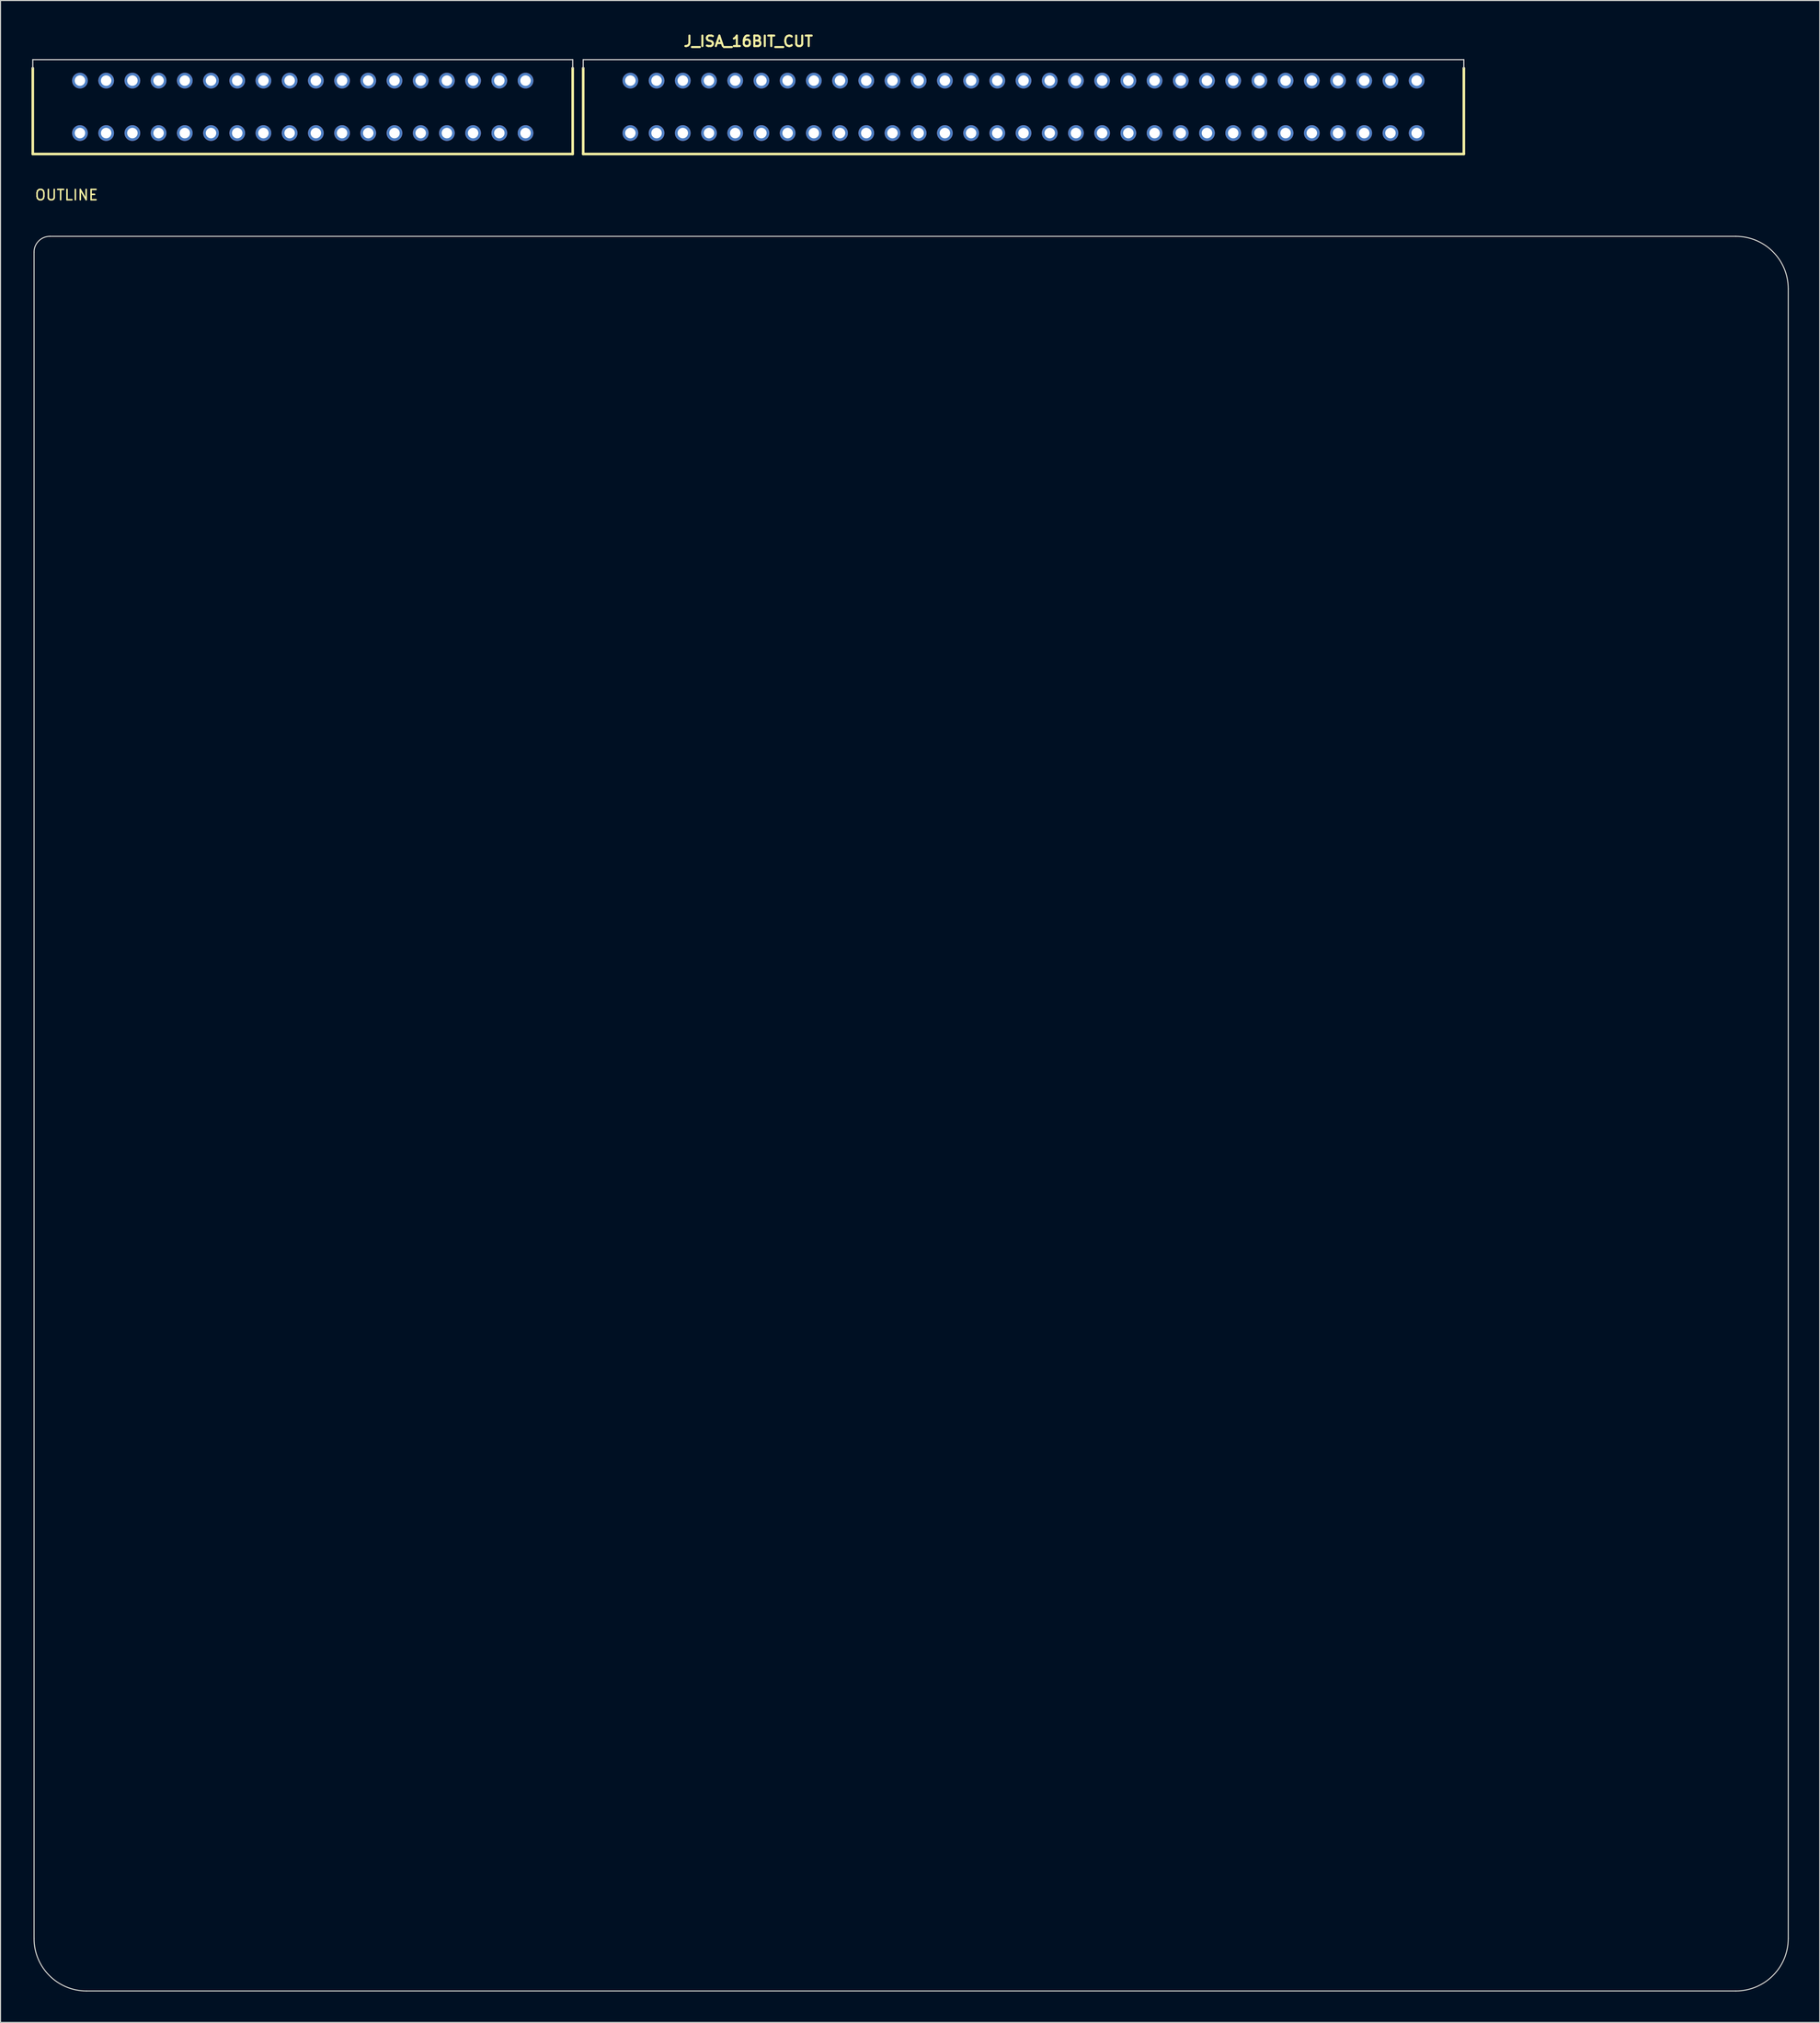
<source format=kicad_pcb>
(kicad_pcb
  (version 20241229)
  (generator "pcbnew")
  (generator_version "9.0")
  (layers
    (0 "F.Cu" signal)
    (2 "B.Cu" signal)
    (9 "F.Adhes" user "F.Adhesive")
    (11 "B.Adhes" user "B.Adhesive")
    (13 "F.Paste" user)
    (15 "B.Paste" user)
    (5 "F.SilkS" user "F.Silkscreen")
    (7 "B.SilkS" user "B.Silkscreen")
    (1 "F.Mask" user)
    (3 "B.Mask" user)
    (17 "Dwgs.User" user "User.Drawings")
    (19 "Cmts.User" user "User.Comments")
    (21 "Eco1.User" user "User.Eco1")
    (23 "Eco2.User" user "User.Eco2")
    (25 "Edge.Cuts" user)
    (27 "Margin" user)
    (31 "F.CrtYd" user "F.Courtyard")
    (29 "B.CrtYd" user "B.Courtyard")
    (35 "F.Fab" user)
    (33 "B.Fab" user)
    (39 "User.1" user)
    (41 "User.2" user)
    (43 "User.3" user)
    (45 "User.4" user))
  (footprint "J_ISA_16BIT_CUT"
    (layer "F.Cu")
    (at 69.469 7.301)
    (property "Reference" "J_ISA_16BIT_CUT" (at 0 -6.35 0) (layer "F.SilkS") (effects (font (size 1.016 1.016) (thickness 0.203))))
    (property "Value" "${VALUE}" (at 0 7 0) (layer "F.SilkS") (hide yes) (effects (font (size 1.016 0.914) (thickness 0.203) (italic yes))))
    (attr through_hole)
    (fp_line (start -69.342 -3.75) (end -69.342 4.572) (stroke (width 0.254) (type solid)) (layer "F.SilkS"))
    (fp_line (start -17.018 -3.75) (end -17.018 4.572) (stroke (width 0.254) (type solid)) (layer "F.SilkS"))
    (fp_line (start -17.018 4.572) (end -69.342 4.572) (stroke (width 0.254) (type solid)) (layer "F.SilkS"))
    (fp_line (start -16.002 4.572) (end -16.002 -3.75) (stroke (width 0.254) (type solid)) (layer "F.SilkS"))
    (fp_line (start 69.342 -3.75) (end 69.342 4.572) (stroke (width 0.254) (type solid)) (layer "F.SilkS"))
    (fp_line (start 69.342 4.572) (end -16.002 4.572) (stroke (width 0.254) (type solid)) (layer "F.SilkS"))
    (fp_line (start -69.342 -4.572) (end -17.018 -4.572) (stroke (width 0.12) (type default)) (layer "Dwgs.User"))
    (fp_line (start -69.342 -3.75) (end -69.342 -4.572) (stroke (width 0.12) (type default)) (layer "Dwgs.User"))
    (fp_line (start -17.018 -4.572) (end -17.018 -3.75) (stroke (width 0.12) (type default)) (layer "Dwgs.User"))
    (fp_line (start -16.002 -4.572) (end 69.342 -4.572) (stroke (width 0.12) (type default)) (layer "Dwgs.User"))
    (fp_line (start -16.002 -3.75) (end -16.002 -4.572) (stroke (width 0.12) (type default)) (layer "Dwgs.User"))
    (fp_line (start 69.342 -4.572) (end 69.342 -3.75) (stroke (width 0.12) (type default)) (layer "Dwgs.User"))
    (pad "A1" thru_hole circle (at 64.77 2.54 180) (size 1.524 1.524) (drill 1.016) (layers "*.Cu" "*.Mask"))
    (pad "A2" thru_hole circle (at 62.23 2.54 180) (size 1.524 1.524) (drill 1.016) (layers "*.Cu" "*.Mask"))
    (pad "A3" thru_hole circle (at 59.69 2.54 180) (size 1.524 1.524) (drill 1.016) (layers "*.Cu" "*.Mask"))
    (pad "A4" thru_hole circle (at 57.15 2.54 180) (size 1.524 1.524) (drill 1.016) (layers "*.Cu" "*.Mask"))
    (pad "A5" thru_hole circle (at 54.61 2.54 180) (size 1.524 1.524) (drill 1.016) (layers "*.Cu" "*.Mask"))
    (pad "A6" thru_hole circle (at 52.07 2.54 180) (size 1.524 1.524) (drill 1.016) (layers "*.Cu" "*.Mask"))
    (pad "A7" thru_hole circle (at 49.53 2.54 180) (size 1.524 1.524) (drill 1.016) (layers "*.Cu" "*.Mask"))
    (pad "A8" thru_hole circle (at 46.99 2.54 180) (size 1.524 1.524) (drill 1.016) (layers "*.Cu" "*.Mask"))
    (pad "A9" thru_hole circle (at 44.45 2.54 180) (size 1.524 1.524) (drill 1.016) (layers "*.Cu" "*.Mask"))
    (pad "A10" thru_hole circle (at 41.91 2.54 180) (size 1.524 1.524) (drill 1.016) (layers "*.Cu" "*.Mask"))
    (pad "A11" thru_hole circle (at 39.37 2.54 180) (size 1.524 1.524) (drill 1.016) (layers "*.Cu" "*.Mask"))
    (pad "A12" thru_hole circle (at 36.83 2.54 180) (size 1.524 1.524) (drill 1.016) (layers "*.Cu" "*.Mask"))
    (pad "A13" thru_hole circle (at 34.29 2.54 180) (size 1.524 1.524) (drill 1.016) (layers "*.Cu" "*.Mask"))
    (pad "A14" thru_hole circle (at 31.75 2.54 180) (size 1.524 1.524) (drill 1.016) (layers "*.Cu" "*.Mask"))
    (pad "A15" thru_hole circle (at 29.21 2.54 180) (size 1.524 1.524) (drill 1.016) (layers "*.Cu" "*.Mask"))
    (pad "A16" thru_hole circle (at 26.67 2.54 180) (size 1.524 1.524) (drill 1.016) (layers "*.Cu" "*.Mask"))
    (pad "A17" thru_hole circle (at 24.13 2.54 180) (size 1.524 1.524) (drill 1.016) (layers "*.Cu" "*.Mask"))
    (pad "A18" thru_hole circle (at 21.59 2.54 180) (size 1.524 1.524) (drill 1.016) (layers "*.Cu" "*.Mask"))
    (pad "A19" thru_hole circle (at 19.05 2.54 180) (size 1.524 1.524) (drill 1.016) (layers "*.Cu" "*.Mask"))
    (pad "A20" thru_hole circle (at 16.51 2.54 180) (size 1.524 1.524) (drill 1.016) (layers "*.Cu" "*.Mask"))
    (pad "A21" thru_hole circle (at 13.97 2.54 180) (size 1.524 1.524) (drill 1.016) (layers "*.Cu" "*.Mask"))
    (pad "A22" thru_hole circle (at 11.43 2.54 180) (size 1.524 1.524) (drill 1.016) (layers "*.Cu" "*.Mask"))
    (pad "A23" thru_hole circle (at 8.89 2.54 180) (size 1.524 1.524) (drill 1.016) (layers "*.Cu" "*.Mask"))
    (pad "A24" thru_hole circle (at 6.35 2.54 180) (size 1.524 1.524) (drill 1.016) (layers "*.Cu" "*.Mask"))
    (pad "A25" thru_hole circle (at 3.81 2.54 180) (size 1.524 1.524) (drill 1.016) (layers "*.Cu" "*.Mask"))
    (pad "A26" thru_hole circle (at 1.27 2.54 180) (size 1.524 1.524) (drill 1.016) (layers "*.Cu" "*.Mask"))
    (pad "A27" thru_hole circle (at -1.27 2.54 180) (size 1.524 1.524) (drill 1.016) (layers "*.Cu" "*.Mask"))
    (pad "A28" thru_hole circle (at -3.81 2.54 180) (size 1.524 1.524) (drill 1.016) (layers "*.Cu" "*.Mask"))
    (pad "A29" thru_hole circle (at -6.35 2.54 180) (size 1.524 1.524) (drill 1.016) (layers "*.Cu" "*.Mask"))
    (pad "A30" thru_hole circle (at -8.89 2.54 180) (size 1.524 1.524) (drill 1.016) (layers "*.Cu" "*.Mask"))
    (pad "A31" thru_hole circle (at -11.43 2.54 180) (size 1.524 1.524) (drill 1.016) (layers "*.Cu" "*.Mask"))
    (pad "B1" thru_hole circle (at 64.77 -2.54 180) (size 1.524 1.524) (drill 1.016) (layers "*.Cu" "*.Mask"))
    (pad "B2" thru_hole circle (at 62.23 -2.54 180) (size 1.524 1.524) (drill 1.016) (layers "*.Cu" "*.Mask"))
    (pad "B3" thru_hole circle (at 59.69 -2.54 180) (size 1.524 1.524) (drill 1.016) (layers "*.Cu" "*.Mask"))
    (pad "B4" thru_hole circle (at 57.15 -2.54 180) (size 1.524 1.524) (drill 1.016) (layers "*.Cu" "*.Mask"))
    (pad "B5" thru_hole circle (at 54.61 -2.54 180) (size 1.524 1.524) (drill 1.016) (layers "*.Cu" "*.Mask"))
    (pad "B6" thru_hole circle (at 52.07 -2.54 180) (size 1.524 1.524) (drill 1.016) (layers "*.Cu" "*.Mask"))
    (pad "B7" thru_hole circle (at 49.53 -2.54 180) (size 1.524 1.524) (drill 1.016) (layers "*.Cu" "*.Mask"))
    (pad "B8" thru_hole circle (at 46.99 -2.54 180) (size 1.524 1.524) (drill 1.016) (layers "*.Cu" "*.Mask"))
    (pad "B9" thru_hole circle (at 44.45 -2.54 180) (size 1.524 1.524) (drill 1.016) (layers "*.Cu" "*.Mask"))
    (pad "B10" thru_hole circle (at 41.91 -2.54 180) (size 1.524 1.524) (drill 1.016) (layers "*.Cu" "*.Mask"))
    (pad "B11" thru_hole circle (at 39.37 -2.54 180) (size 1.524 1.524) (drill 1.016) (layers "*.Cu" "*.Mask"))
    (pad "B12" thru_hole circle (at 36.83 -2.54 180) (size 1.524 1.524) (drill 1.016) (layers "*.Cu" "*.Mask"))
    (pad "B13" thru_hole circle (at 34.29 -2.54 180) (size 1.524 1.524) (drill 1.016) (layers "*.Cu" "*.Mask"))
    (pad "B14" thru_hole circle (at 31.75 -2.54 180) (size 1.524 1.524) (drill 1.016) (layers "*.Cu" "*.Mask"))
    (pad "B15" thru_hole circle (at 29.21 -2.54 180) (size 1.524 1.524) (drill 1.016) (layers "*.Cu" "*.Mask"))
    (pad "B16" thru_hole circle (at 26.67 -2.54 180) (size 1.524 1.524) (drill 1.016) (layers "*.Cu" "*.Mask"))
    (pad "B17" thru_hole circle (at 24.13 -2.54 180) (size 1.524 1.524) (drill 1.016) (layers "*.Cu" "*.Mask"))
    (pad "B18" thru_hole circle (at 21.59 -2.54 180) (size 1.524 1.524) (drill 1.016) (layers "*.Cu" "*.Mask"))
    (pad "B19" thru_hole circle (at 19.05 -2.54 180) (size 1.524 1.524) (drill 1.016) (layers "*.Cu" "*.Mask"))
    (pad "B20" thru_hole circle (at 16.51 -2.54 180) (size 1.524 1.524) (drill 1.016) (layers "*.Cu" "*.Mask"))
    (pad "B21" thru_hole circle (at 13.97 -2.54 180) (size 1.524 1.524) (drill 1.016) (layers "*.Cu" "*.Mask"))
    (pad "B22" thru_hole circle (at 11.43 -2.54 180) (size 1.524 1.524) (drill 1.016) (layers "*.Cu" "*.Mask"))
    (pad "B23" thru_hole circle (at 8.89 -2.54 180) (size 1.524 1.524) (drill 1.016) (layers "*.Cu" "*.Mask"))
    (pad "B24" thru_hole circle (at 6.35 -2.54 180) (size 1.524 1.524) (drill 1.016) (layers "*.Cu" "*.Mask"))
    (pad "B25" thru_hole circle (at 3.81 -2.54 180) (size 1.524 1.524) (drill 1.016) (layers "*.Cu" "*.Mask"))
    (pad "B26" thru_hole circle (at 1.27 -2.54 180) (size 1.524 1.524) (drill 1.016) (layers "*.Cu" "*.Mask"))
    (pad "B27" thru_hole circle (at -1.27 -2.54 180) (size 1.524 1.524) (drill 1.016) (layers "*.Cu" "*.Mask"))
    (pad "B28" thru_hole circle (at -3.81 -2.54 180) (size 1.524 1.524) (drill 1.016) (layers "*.Cu" "*.Mask"))
    (pad "B29" thru_hole circle (at -6.35 -2.54 180) (size 1.524 1.524) (drill 1.016) (layers "*.Cu" "*.Mask"))
    (pad "B30" thru_hole circle (at -8.89 -2.54 180) (size 1.524 1.524) (drill 1.016) (layers "*.Cu" "*.Mask"))
    (pad "B31" thru_hole circle (at -11.43 -2.54 180) (size 1.524 1.524) (drill 1.016) (layers "*.Cu" "*.Mask"))
    (pad "C1" thru_hole circle (at -21.59 2.54 180) (size 1.524 1.524) (drill 1.016) (layers "*.Cu" "*.Mask"))
    (pad "C2" thru_hole circle (at -24.13 2.54 180) (size 1.524 1.524) (drill 1.016) (layers "*.Cu" "*.Mask"))
    (pad "C3" thru_hole circle (at -26.67 2.54 180) (size 1.524 1.524) (drill 1.016) (layers "*.Cu" "*.Mask"))
    (pad "C4" thru_hole circle (at -29.21 2.54 180) (size 1.524 1.524) (drill 1.016) (layers "*.Cu" "*.Mask"))
    (pad "C5" thru_hole circle (at -31.75 2.54 180) (size 1.524 1.524) (drill 1.016) (layers "*.Cu" "*.Mask"))
    (pad "C6" thru_hole circle (at -34.29 2.54 180) (size 1.524 1.524) (drill 1.016) (layers "*.Cu" "*.Mask"))
    (pad "C7" thru_hole circle (at -36.83 2.54 180) (size 1.524 1.524) (drill 1.016) (layers "*.Cu" "*.Mask"))
    (pad "C8" thru_hole circle (at -39.37 2.54 180) (size 1.524 1.524) (drill 1.016) (layers "*.Cu" "*.Mask"))
    (pad "C9" thru_hole circle (at -41.91 2.54 180) (size 1.524 1.524) (drill 1.016) (layers "*.Cu" "*.Mask"))
    (pad "C10" thru_hole circle (at -44.45 2.54 180) (size 1.524 1.524) (drill 1.016) (layers "*.Cu" "*.Mask"))
    (pad "C11" thru_hole circle (at -46.99 2.54 180) (size 1.524 1.524) (drill 1.016) (layers "*.Cu" "*.Mask"))
    (pad "C12" thru_hole circle (at -49.53 2.54 180) (size 1.524 1.524) (drill 1.016) (layers "*.Cu" "*.Mask"))
    (pad "C13" thru_hole circle (at -52.07 2.54 180) (size 1.524 1.524) (drill 1.016) (layers "*.Cu" "*.Mask"))
    (pad "C14" thru_hole circle (at -54.61 2.54 180) (size 1.524 1.524) (drill 1.016) (layers "*.Cu" "*.Mask"))
    (pad "C15" thru_hole circle (at -57.15 2.54 180) (size 1.524 1.524) (drill 1.016) (layers "*.Cu" "*.Mask"))
    (pad "C16" thru_hole circle (at -59.69 2.54 180) (size 1.524 1.524) (drill 1.016) (layers "*.Cu" "*.Mask"))
    (pad "C17" thru_hole circle (at -62.23 2.54 180) (size 1.524 1.524) (drill 1.016) (layers "*.Cu" "*.Mask"))
    (pad "C18" thru_hole circle (at -64.77 2.54 180) (size 1.524 1.524) (drill 1.016) (layers "*.Cu" "*.Mask"))
    (pad "D1" thru_hole circle (at -21.59 -2.54 180) (size 1.524 1.524) (drill 1.016) (layers "*.Cu" "*.Mask"))
    (pad "D2" thru_hole circle (at -24.13 -2.54 180) (size 1.524 1.524) (drill 1.016) (layers "*.Cu" "*.Mask"))
    (pad "D3" thru_hole circle (at -26.67 -2.54 180) (size 1.524 1.524) (drill 1.016) (layers "*.Cu" "*.Mask"))
    (pad "D4" thru_hole circle (at -29.21 -2.54 180) (size 1.524 1.524) (drill 1.016) (layers "*.Cu" "*.Mask"))
    (pad "D5" thru_hole circle (at -31.75 -2.54 180) (size 1.524 1.524) (drill 1.016) (layers "*.Cu" "*.Mask"))
    (pad "D6" thru_hole circle (at -34.29 -2.54 180) (size 1.524 1.524) (drill 1.016) (layers "*.Cu" "*.Mask"))
    (pad "D7" thru_hole circle (at -36.83 -2.54 180) (size 1.524 1.524) (drill 1.016) (layers "*.Cu" "*.Mask"))
    (pad "D8" thru_hole circle (at -39.37 -2.54 180) (size 1.524 1.524) (drill 1.016) (layers "*.Cu" "*.Mask"))
    (pad "D9" thru_hole circle (at -41.91 -2.54 180) (size 1.524 1.524) (drill 1.016) (layers "*.Cu" "*.Mask"))
    (pad "D10" thru_hole circle (at -44.45 -2.54 180) (size 1.524 1.524) (drill 1.016) (layers "*.Cu" "*.Mask"))
    (pad "D11" thru_hole circle (at -46.99 -2.54 180) (size 1.524 1.524) (drill 1.016) (layers "*.Cu" "*.Mask"))
    (pad "D12" thru_hole circle (at -49.53 -2.54 180) (size 1.524 1.524) (drill 1.016) (layers "*.Cu" "*.Mask"))
    (pad "D13" thru_hole circle (at -52.07 -2.54 180) (size 1.524 1.524) (drill 1.016) (layers "*.Cu" "*.Mask"))
    (pad "D14" thru_hole circle (at -54.61 -2.54 180) (size 1.524 1.524) (drill 1.016) (layers "*.Cu" "*.Mask"))
    (pad "D15" thru_hole circle (at -57.15 -2.54 180) (size 1.524 1.524) (drill 1.016) (layers "*.Cu" "*.Mask"))
    (pad "D16" thru_hole circle (at -59.69 -2.54 180) (size 1.524 1.524) (drill 1.016) (layers "*.Cu" "*.Mask"))
    (pad "D17" thru_hole circle (at -62.23 -2.54 180) (size 1.524 1.524) (drill 1.016) (layers "*.Cu" "*.Mask"))
    (pad "D18" thru_hole circle (at -64.77 -2.54 180) (size 1.524 1.524) (drill 1.016) (layers "*.Cu" "*.Mask")))
  (footprint "OUTLINE"
    (layer "F.Cu")
    (at 0.25 19.848)
    (property "Reference" "OUTLINE" (at 0 -4 0) (unlocked yes) (layer "F.SilkS") (effects (font (size 1 1) (thickness 0.15)) (justify left)))
    (fp_line (start 0 164.92) (end 0 1.53) (stroke (width 0.1) (type default)) (layer "Edge.Cuts"))
    (fp_line (start 5.08 170) (end 164.92 170) (stroke (width 0.1) (type default)) (layer "Edge.Cuts"))
    (fp_line (start 164.92 0) (end 1.53 0) (stroke (width 0.1) (type default)) (layer "Edge.Cuts"))
    (fp_line (start 170 164.92) (end 170 5.08) (stroke (width 0.1) (type default)) (layer "Edge.Cuts"))
    (fp_arc (start 0 1.53) (mid 0.448127 0.448127) (end 1.53 0) (stroke (width 0.1) (type default)) (layer "Edge.Cuts"))
    (fp_arc (start 5.08 170) (mid 1.487898 168.512102) (end 0 164.92) (stroke (width 0.1) (type default)) (layer "Edge.Cuts"))
    (fp_arc (start 164.92 0) (mid 168.512102 1.487898) (end 170 5.08) (stroke (width 0.1) (type default)) (layer "Edge.Cuts"))
    (fp_arc (start 170 164.92) (mid 168.512102 168.512102) (end 164.92 170) (stroke (width 0.1) (type default)) (layer "Edge.Cuts")))
  (gr_rect
    (start -3 -3)
    (end 173.3 192.898)
    (stroke (width 0.1) (type default))
    (fill no)
    (layer "Edge.Cuts")))
</source>
